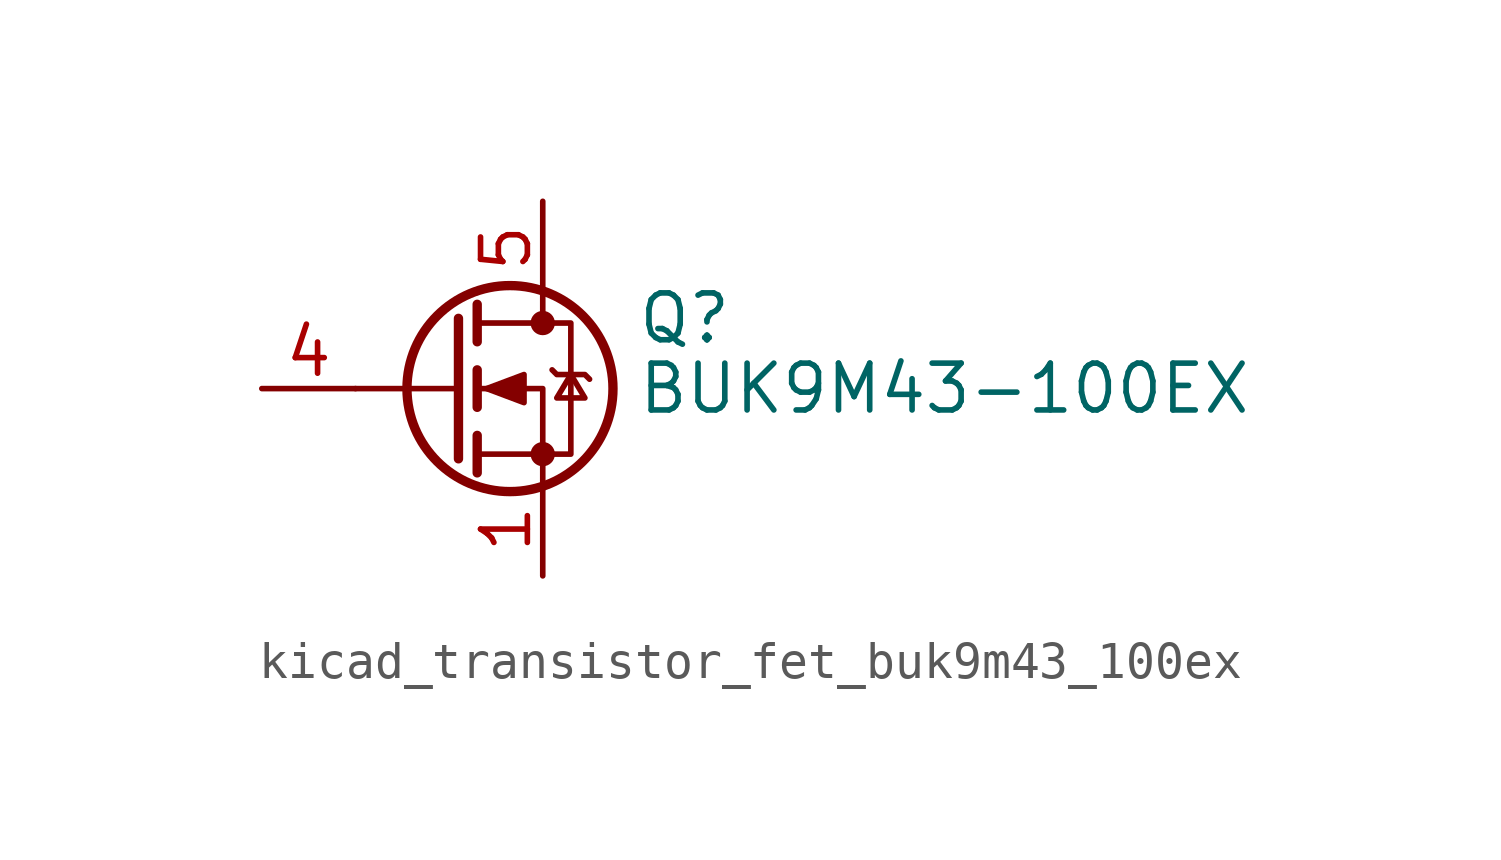
<source format=kicad_sym>
(kicad_symbol_lib
  (version 20220914)
  (generator kicad_symbol_editor)
  (symbol "kicad_transistor_fet_buk9m43_100ex"
    (pin_names hide)
    (property "Reference" "Q"
      (at 5.08 1.905 0)
      (effects (font (size 1.27 1.27)) (justify left)))
    (property "Value" "BUK9M43-100EX"
      (at 5.08 0 0)
      (effects (font (size 1.27 1.27)) (justify left)))
    (symbol "kicad_transistor_fet_buk9m43_100ex_0_1"
      (polyline (pts (xy 0.254 0) (xy -2.54 0)) (stroke (width 0) (type default)) (fill (type none)))
      (polyline (pts (xy 0.254 1.905) (xy 0.254 -1.905)) (stroke (width 0.254) (type default)) (fill (type none)))
      (polyline (pts (xy 0.762 -1.27) (xy 0.762 -2.286)) (stroke (width 0.254) (type default)) (fill (type none)))
      (polyline (pts (xy 0.762 0.508) (xy 0.762 -0.508)) (stroke (width 0.254) (type default)) (fill (type none)))
      (polyline (pts (xy 0.762 2.286) (xy 0.762 1.27)) (stroke (width 0.254) (type default)) (fill (type none)))
      (polyline (pts (xy 2.54 2.54) (xy 2.54 1.778)) (stroke (width 0) (type default)) (fill (type none)))
      (polyline (pts (xy 2.54 -2.54) (xy 2.54 0) (xy 0.762 0)) (stroke (width 0) (type default)) (fill (type none)))
      (polyline (pts (xy 0.762 -1.778) (xy 3.302 -1.778) (xy 3.302 1.778) (xy 0.762 1.778)) (stroke (width 0) (type default)) (fill (type none)))
      (polyline (pts (xy 1.016 0) (xy 2.032 0.381) (xy 2.032 -0.381) (xy 1.016 0)) (stroke (width 0) (type default)) (fill (type outline)))
      (polyline (pts (xy 2.794 0.508) (xy 2.921 0.381) (xy 3.683 0.381) (xy 3.81 0.254)) (stroke (width 0) (type default)) (fill (type none)))
      (polyline (pts (xy 3.302 0.381) (xy 2.921 -0.254) (xy 3.683 -0.254) (xy 3.302 0.381)) (stroke (width 0) (type default)) (fill (type none)))
      (circle (center 1.651 0) (radius 2.794) (stroke (width 0.254) (type default)) (fill (type none)))
      (circle (center 2.54 -1.778) (radius 0.254) (stroke (width 0) (type default)) (fill (type outline)))
      (circle (center 2.54 1.778) (radius 0.254) (stroke (width 0) (type default)) (fill (type outline))))
    (symbol "kicad_transistor_fet_buk9m43_100ex_1_1"
      (pin passive line (at 2.54 -5.08 90) (length 2.54) (name "S" (effects (font (size 1.27 1.27)))) (number "1" (effects (font (size 1.27 1.27)))))
      (pin passive line (at 2.54 -5.08 90) (length 2.54) hide (name "S" (effects (font (size 1.27 1.27)))) (number "2" (effects (font (size 1.27 1.27)))))
      (pin passive line (at 2.54 -5.08 90) (length 2.54) hide (name "S" (effects (font (size 1.27 1.27)))) (number "3" (effects (font (size 1.27 1.27)))))
      (pin passive line (at -5.08 0 0) (length 2.54) (name "G" (effects (font (size 1.27 1.27)))) (number "4" (effects (font (size 1.27 1.27)))))
      (pin passive line (at 2.54 5.08 270) (length 2.54) (name "D" (effects (font (size 1.27 1.27)))) (number "5" (effects (font (size 1.27 1.27))))))))
</source>
